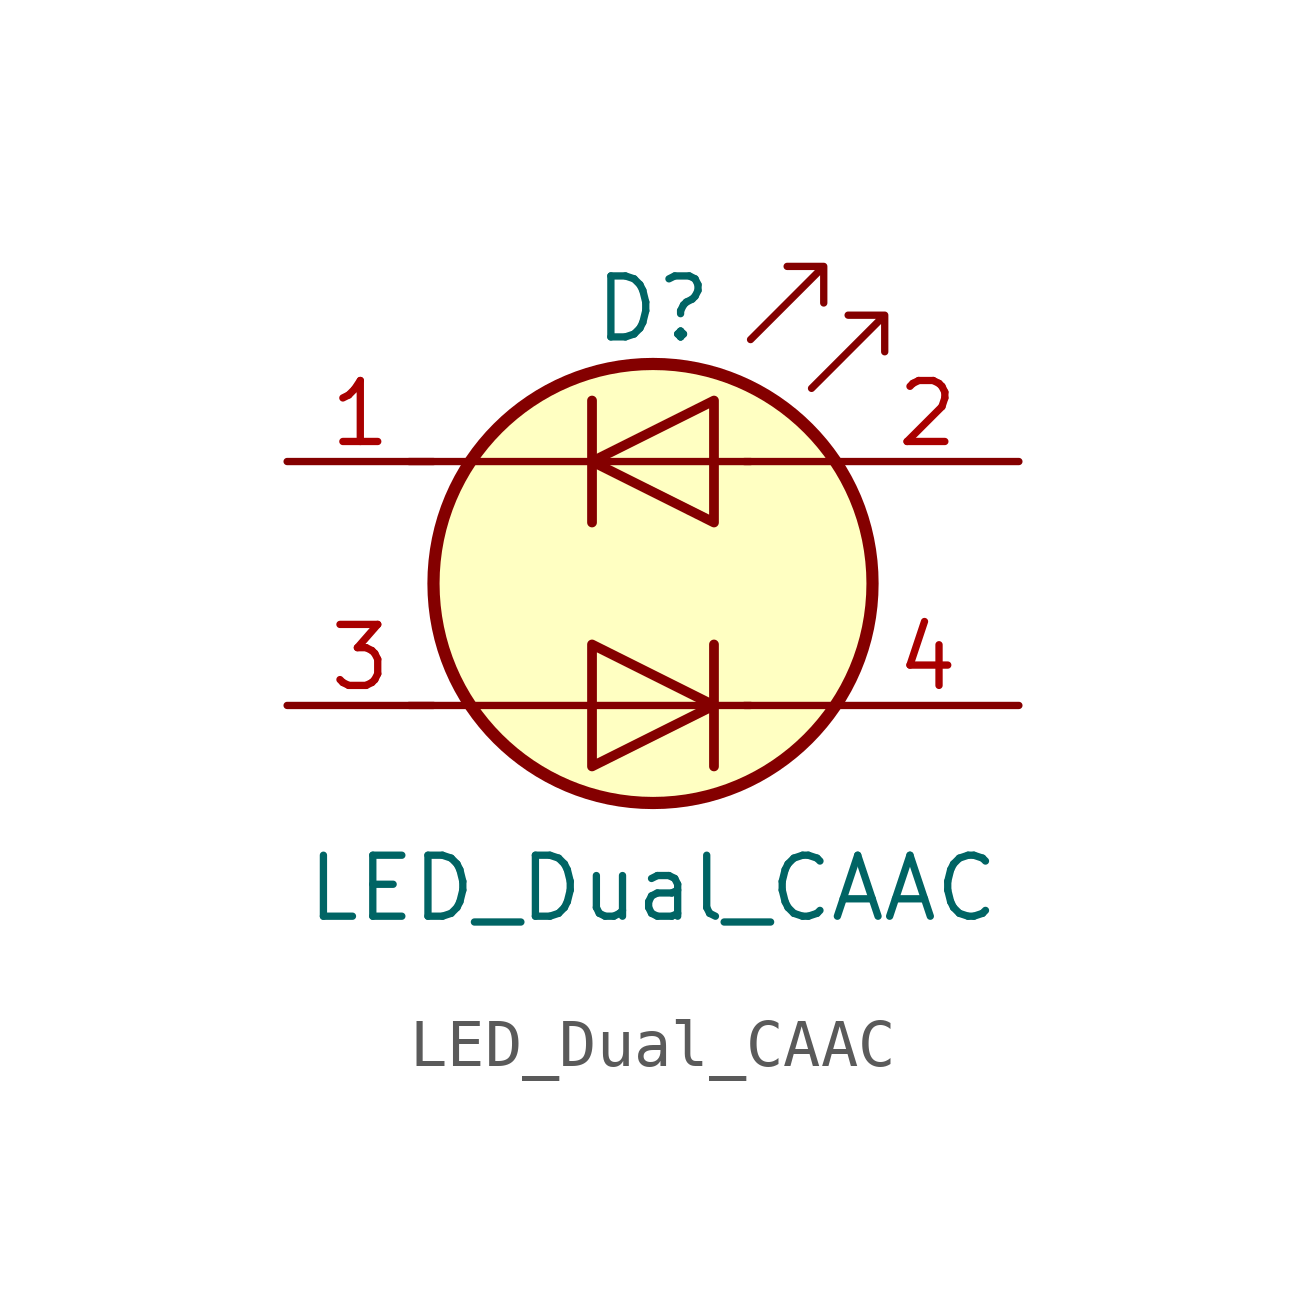
<source format=kicad_sym>
(kicad_symbol_lib
  (version 20220914)
  (generator kicad_symbol_editor)
  (symbol "LED_Dual_CAAC"
    (pin_names
      (offset 0) hide)
    (property "Reference" "D"
      (at 0 5.715 0)
      (effects (font (size 1.27 1.27))))
    (property "Value" "LED_Dual_CAAC"
      (at 0 -6.35 0)
      (effects (font (size 1.27 1.27))))
    (symbol "LED_Dual_CAAC_0_1"
      (polyline (pts (xy -5.08 -2.54) (xy 2.032 -2.54)) (stroke (width 0) (type solid)) (fill (type none)))
      (polyline (pts (xy -5.08 2.54) (xy 2.032 2.54)) (stroke (width 0) (type solid)) (fill (type none)))
      (polyline (pts (xy -1.27 3.81) (xy -1.27 1.27)) (stroke (width 0.203) (type solid)) (fill (type none)))
      (polyline (pts (xy 1.27 -1.27) (xy 1.27 -3.81)) (stroke (width 0.203) (type solid)) (fill (type none)))
      (polyline (pts (xy 3.81 -2.54) (xy 1.905 -2.54)) (stroke (width 0) (type solid)) (fill (type none)))
      (polyline (pts (xy 3.81 2.54) (xy 1.905 2.54)) (stroke (width 0) (type solid)) (fill (type none)))
      (polyline (pts (xy -1.27 -1.27) (xy -1.27 -3.81) (xy 1.27 -2.54) (xy -1.27 -1.27)) (stroke (width 0.203) (type solid)) (fill (type none)))
      (polyline (pts (xy 1.27 3.81) (xy 1.27 1.27) (xy -1.27 2.54) (xy 1.27 3.81)) (stroke (width 0.203) (type solid)) (fill (type none)))
      (polyline (pts (xy 2.032 5.08) (xy 3.556 6.604) (xy 2.794 6.604) (xy 3.556 6.604) (xy 3.556 5.842)) (stroke (width 0) (type solid)) (fill (type none)))
      (polyline (pts (xy 3.302 4.064) (xy 4.826 5.588) (xy 4.064 5.588) (xy 4.826 5.588) (xy 4.826 4.826)) (stroke (width 0) (type solid)) (fill (type none)))
      (circle (center 0 0) (radius 4.572) (stroke (width 0.254) (type solid)) (fill (type background))))
    (symbol "LED_Dual_CAAC_1_1"
      (pin input line (at -7.62 2.54 0) (length 3.048) (name "A1" (effects (font (size 1.27 1.27)))) (number "1" (effects (font (size 1.27 1.27)))))
      (pin input line (at 7.62 2.54 180) (length 3.81) (name "K1" (effects (font (size 1.27 1.27)))) (number "2" (effects (font (size 1.27 1.27)))))
      (pin input line (at -7.62 -2.54 0) (length 3.048) (name "A2" (effects (font (size 1.27 1.27)))) (number "3" (effects (font (size 1.27 1.27)))))
      (pin input line (at 7.62 -2.54 180) (length 3.81) (name "K2" (effects (font (size 1.27 1.27)))) (number "4" (effects (font (size 1.27 1.27))))))))
</source>
